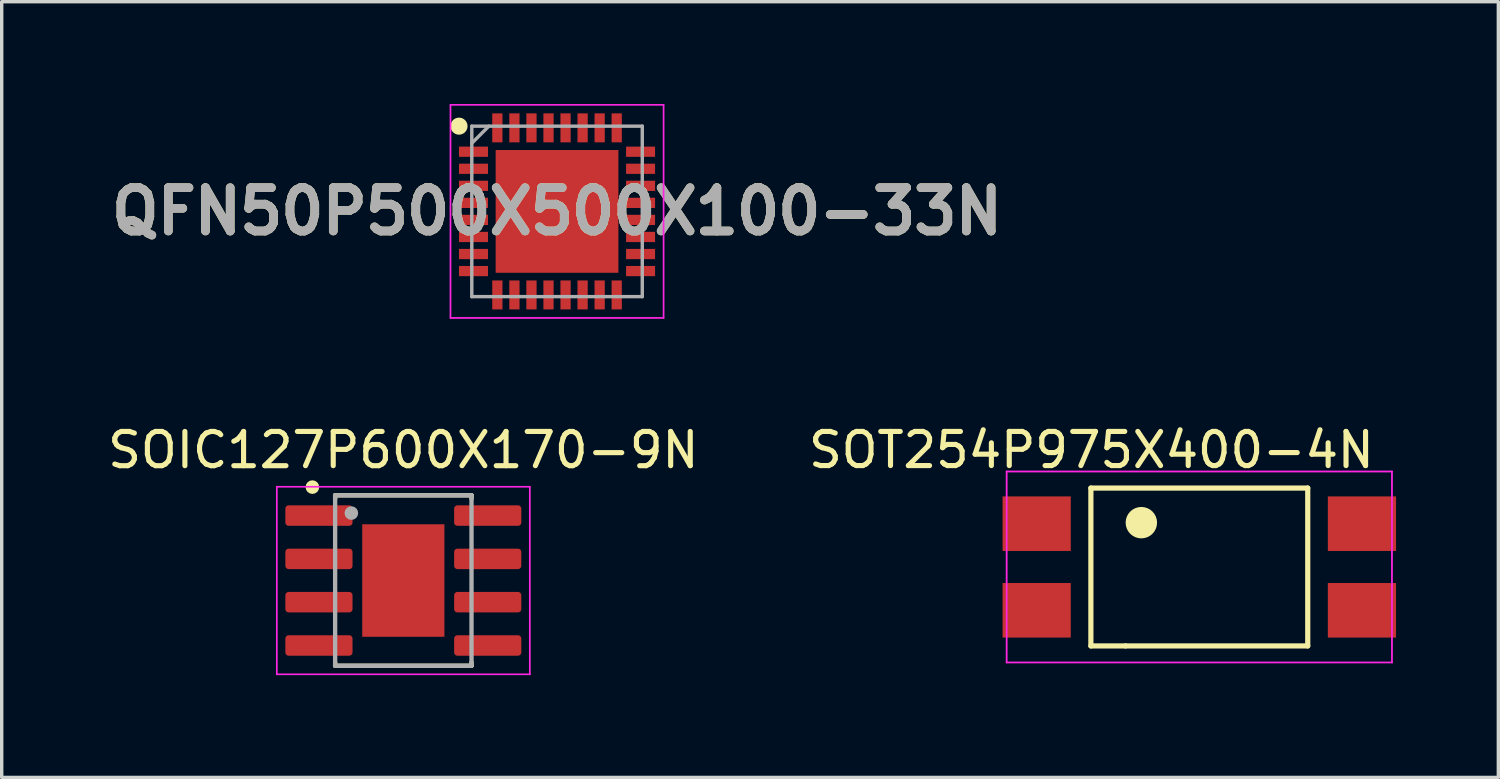
<source format=kicad_pcb>
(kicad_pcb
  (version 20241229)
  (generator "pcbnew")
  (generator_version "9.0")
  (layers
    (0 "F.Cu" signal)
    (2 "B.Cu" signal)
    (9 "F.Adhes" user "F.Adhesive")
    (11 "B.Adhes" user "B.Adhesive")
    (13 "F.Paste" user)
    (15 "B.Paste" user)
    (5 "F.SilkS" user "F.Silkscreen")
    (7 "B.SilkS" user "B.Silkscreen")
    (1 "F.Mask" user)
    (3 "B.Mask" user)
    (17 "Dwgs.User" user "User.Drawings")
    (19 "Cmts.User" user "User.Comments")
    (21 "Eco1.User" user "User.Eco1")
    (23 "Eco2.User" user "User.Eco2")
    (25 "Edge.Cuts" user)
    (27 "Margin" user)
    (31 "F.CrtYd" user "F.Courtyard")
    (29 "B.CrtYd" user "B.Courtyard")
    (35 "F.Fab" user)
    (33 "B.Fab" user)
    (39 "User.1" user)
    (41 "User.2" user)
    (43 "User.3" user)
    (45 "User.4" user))
  (footprint "SOIC127P600X170-9N"
    (layer "F.Cu")
    (at 8.779 13.976)
    (property "Reference" "SOIC127P600X170-9N" (at 0.00002 -3.825 0) (layer "F.SilkS") (effects (font (size 1.004 1.004) (thickness 0.15))))
    (attr through_hole)
    (fp_line (start -2 -2.5) (end -2 -2.4) (stroke (width 0.127) (type solid)) (layer "F.SilkS"))
    (fp_line (start -2 -2.5) (end 2 -2.5) (stroke (width 0.127) (type solid)) (layer "F.SilkS"))
    (fp_line (start -2 2.4) (end -2 2.5) (stroke (width 0.127) (type solid)) (layer "F.SilkS"))
    (fp_line (start -2 2.5) (end 2 2.5) (stroke (width 0.127) (type solid)) (layer "F.SilkS"))
    (fp_line (start 2 -2.5) (end 2 -2.4) (stroke (width 0.127) (type solid)) (layer "F.SilkS"))
    (fp_line (start 2 2.4) (end 2 2.5) (stroke (width 0.127) (type solid)) (layer "F.SilkS"))
    (fp_circle (center -2.667 -2.74) (end -2.567 -2.74) (stroke (width 0.2) (type solid)) (fill no) (layer "F.SilkS"))
    (fp_poly (pts (xy -0.937 0.135) (xy -0.135 0.135) (xy -0.135 1.378) (xy -0.937 1.378)) (stroke (width 0.01) (type solid)) (fill yes) (layer "F.Paste"))
    (fp_poly (pts (xy -0.937 -1.375) (xy -0.135 -1.375) (xy -0.135 -0.135) (xy -0.937 -0.135)) (stroke (width 0.01) (type solid)) (fill yes) (layer "F.Paste"))
    (fp_poly (pts (xy 0.135 0.135) (xy 0.935 0.135) (xy 0.935 1.377) (xy 0.135 1.377)) (stroke (width 0.01) (type solid)) (fill yes) (layer "F.Paste"))
    (fp_poly (pts (xy 0.135 -1.375) (xy 0.935 -1.375) (xy 0.935 -0.135) (xy 0.135 -0.135)) (stroke (width 0.01) (type solid)) (fill yes) (layer "F.Paste"))
    (fp_line (start -3.71 -2.75) (end 3.71 -2.75) (stroke (width 0.05) (type solid)) (layer "F.CrtYd"))
    (fp_line (start -3.71 2.75) (end -3.71 -2.75) (stroke (width 0.05) (type solid)) (layer "F.CrtYd"))
    (fp_line (start 3.71 -2.75) (end 3.71 2.75) (stroke (width 0.05) (type solid)) (layer "F.CrtYd"))
    (fp_line (start 3.71 2.75) (end -3.71 2.75) (stroke (width 0.05) (type solid)) (layer "F.CrtYd"))
    (fp_line (start -2 -2.5) (end 2 -2.5) (stroke (width 0.127) (type solid)) (layer "F.Fab"))
    (fp_line (start -2 2.5) (end -2 -2.5) (stroke (width 0.127) (type solid)) (layer "F.Fab"))
    (fp_line (start 2 -2.5) (end 2 2.5) (stroke (width 0.127) (type solid)) (layer "F.Fab"))
    (fp_line (start 2 2.5) (end -2 2.5) (stroke (width 0.127) (type solid)) (layer "F.Fab"))
    (fp_circle (center -1.524 -1.978) (end -1.424 -1.978) (stroke (width 0.2) (type solid)) (fill no) (layer "F.Fab"))
    (pad "1" smd roundrect (at -2.475 -1.905) (size 1.97 0.6) (layers "F.Cu" "F.Mask" "F.Paste") (roundrect_rratio 0.16))
    (pad "2" smd roundrect (at -2.475 -0.635) (size 1.97 0.6) (layers "F.Cu" "F.Mask" "F.Paste") (roundrect_rratio 0.16))
    (pad "3" smd roundrect (at -2.475 0.635) (size 1.97 0.6) (layers "F.Cu" "F.Mask" "F.Paste") (roundrect_rratio 0.16))
    (pad "4" smd roundrect (at -2.475 1.905) (size 1.97 0.6) (layers "F.Cu" "F.Mask" "F.Paste") (roundrect_rratio 0.16))
    (pad "5" smd roundrect (at 2.475 1.905) (size 1.97 0.6) (layers "F.Cu" "F.Mask" "F.Paste") (roundrect_rratio 0.16))
    (pad "6" smd roundrect (at 2.475 0.635) (size 1.97 0.6) (layers "F.Cu" "F.Mask" "F.Paste") (roundrect_rratio 0.16))
    (pad "7" smd roundrect (at 2.475 -0.635) (size 1.97 0.6) (layers "F.Cu" "F.Mask" "F.Paste") (roundrect_rratio 0.16))
    (pad "8" smd roundrect (at 2.475 -1.905) (size 1.97 0.6) (layers "F.Cu" "F.Mask" "F.Paste") (roundrect_rratio 0.16))
    (pad "9" smd rect (at 0 0) (size 2.41 3.3) (layers "F.Cu" "F.Mask")))
  (footprint "QFN50P500X500X100-33N"
    (layer "F.Cu")
    (at 13.287 3.15)
    (property "Reference" "QFN50P500X500X100-33N" (at 0 0 0) (layer "F.SilkS") (effects (font (size 1.27 1.27) (thickness 0.254))))
    (attr smd)
    (fp_circle (center -2.875 -2.5) (end -2.875 -2.375) (stroke (width 0.25) (type solid)) (fill no) (layer "F.SilkS"))
    (fp_line (start -3.125 -3.125) (end 3.125 -3.125) (stroke (width 0.05) (type solid)) (layer "F.CrtYd"))
    (fp_line (start -3.125 3.125) (end -3.125 -3.125) (stroke (width 0.05) (type solid)) (layer "F.CrtYd"))
    (fp_line (start 3.125 -3.125) (end 3.125 3.125) (stroke (width 0.05) (type solid)) (layer "F.CrtYd"))
    (fp_line (start 3.125 3.125) (end -3.125 3.125) (stroke (width 0.05) (type solid)) (layer "F.CrtYd"))
    (fp_line (start -2.5 -2.5) (end 2.5 -2.5) (stroke (width 0.1) (type solid)) (layer "F.Fab"))
    (fp_line (start -2.5 -2) (end -2 -2.5) (stroke (width 0.1) (type solid)) (layer "F.Fab"))
    (fp_line (start -2.5 2.5) (end -2.5 -2.5) (stroke (width 0.1) (type solid)) (layer "F.Fab"))
    (fp_line (start 2.5 -2.5) (end 2.5 2.5) (stroke (width 0.1) (type solid)) (layer "F.Fab"))
    (fp_line (start 2.5 2.5) (end -2.5 2.5) (stroke (width 0.1) (type solid)) (layer "F.Fab"))
    (fp_text user "${REFERENCE}" (at 0 0 0) (layer "F.Fab") (effects (font (size 1.27 1.27) (thickness 0.254))))
    (pad "1" smd rect (at -2.45 -1.75 90) (size 0.3 0.85) (layers "F.Cu" "F.Mask" "F.Paste"))
    (pad "2" smd rect (at -2.45 -1.25 90) (size 0.3 0.85) (layers "F.Cu" "F.Mask" "F.Paste"))
    (pad "3" smd rect (at -2.45 -0.75 90) (size 0.3 0.85) (layers "F.Cu" "F.Mask" "F.Paste"))
    (pad "4" smd rect (at -2.45 -0.25 90) (size 0.3 0.85) (layers "F.Cu" "F.Mask" "F.Paste"))
    (pad "5" smd rect (at -2.45 0.25 90) (size 0.3 0.85) (layers "F.Cu" "F.Mask" "F.Paste"))
    (pad "6" smd rect (at -2.45 0.75 90) (size 0.3 0.85) (layers "F.Cu" "F.Mask" "F.Paste"))
    (pad "7" smd rect (at -2.45 1.25 90) (size 0.3 0.85) (layers "F.Cu" "F.Mask" "F.Paste"))
    (pad "8" smd rect (at -2.45 1.75 90) (size 0.3 0.85) (layers "F.Cu" "F.Mask" "F.Paste"))
    (pad "9" smd rect (at -1.75 2.45) (size 0.3 0.85) (layers "F.Cu" "F.Mask" "F.Paste"))
    (pad "10" smd rect (at -1.25 2.45) (size 0.3 0.85) (layers "F.Cu" "F.Mask" "F.Paste"))
    (pad "11" smd rect (at -0.75 2.45) (size 0.3 0.85) (layers "F.Cu" "F.Mask" "F.Paste"))
    (pad "12" smd rect (at -0.25 2.45) (size 0.3 0.85) (layers "F.Cu" "F.Mask" "F.Paste"))
    (pad "13" smd rect (at 0.25 2.45) (size 0.3 0.85) (layers "F.Cu" "F.Mask" "F.Paste"))
    (pad "14" smd rect (at 0.75 2.45) (size 0.3 0.85) (layers "F.Cu" "F.Mask" "F.Paste"))
    (pad "15" smd rect (at 1.25 2.45) (size 0.3 0.85) (layers "F.Cu" "F.Mask" "F.Paste"))
    (pad "16" smd rect (at 1.75 2.45) (size 0.3 0.85) (layers "F.Cu" "F.Mask" "F.Paste"))
    (pad "17" smd rect (at 2.45 1.75 90) (size 0.3 0.85) (layers "F.Cu" "F.Mask" "F.Paste"))
    (pad "18" smd rect (at 2.45 1.25 90) (size 0.3 0.85) (layers "F.Cu" "F.Mask" "F.Paste"))
    (pad "19" smd rect (at 2.45 0.75 90) (size 0.3 0.85) (layers "F.Cu" "F.Mask" "F.Paste"))
    (pad "20" smd rect (at 2.45 0.25 90) (size 0.3 0.85) (layers "F.Cu" "F.Mask" "F.Paste"))
    (pad "21" smd rect (at 2.45 -0.25 90) (size 0.3 0.85) (layers "F.Cu" "F.Mask" "F.Paste"))
    (pad "22" smd rect (at 2.45 -0.75 90) (size 0.3 0.85) (layers "F.Cu" "F.Mask" "F.Paste"))
    (pad "23" smd rect (at 2.45 -1.25 90) (size 0.3 0.85) (layers "F.Cu" "F.Mask" "F.Paste"))
    (pad "24" smd rect (at 2.45 -1.75 90) (size 0.3 0.85) (layers "F.Cu" "F.Mask" "F.Paste"))
    (pad "25" smd rect (at 1.75 -2.45) (size 0.3 0.85) (layers "F.Cu" "F.Mask" "F.Paste"))
    (pad "26" smd rect (at 1.25 -2.45) (size 0.3 0.85) (layers "F.Cu" "F.Mask" "F.Paste"))
    (pad "27" smd rect (at 0.75 -2.45) (size 0.3 0.85) (layers "F.Cu" "F.Mask" "F.Paste"))
    (pad "28" smd rect (at 0.25 -2.45) (size 0.3 0.85) (layers "F.Cu" "F.Mask" "F.Paste"))
    (pad "29" smd rect (at -0.25 -2.45) (size 0.3 0.85) (layers "F.Cu" "F.Mask" "F.Paste"))
    (pad "30" smd rect (at -0.75 -2.45) (size 0.3 0.85) (layers "F.Cu" "F.Mask" "F.Paste"))
    (pad "31" smd rect (at -1.25 -2.45) (size 0.3 0.85) (layers "F.Cu" "F.Mask" "F.Paste"))
    (pad "32" smd rect (at -1.75 -2.45) (size 0.3 0.85) (layers "F.Cu" "F.Mask" "F.Paste"))
    (pad "33" smd rect (at 0 0) (size 3.6 3.6) (layers "F.Cu" "F.Mask" "F.Paste")))
  (footprint "SOT254P975X400-4N"
    (layer "F.Cu")
    (at 32.124 13.579)
    (property "Reference" "SOT254P975X400-4N" (at -3.164 -3.43 0) (layer "F.SilkS") (effects (font (size 1.002 1.002) (thickness 0.15))))
    (attr through_hole)
    (fp_line (start -3.18 -2.315) (end 3.18 -2.315) (stroke (width 0.152) (type solid)) (layer "F.SilkS"))
    (fp_line (start -3.18 2.315) (end -3.18 -2.315) (stroke (width 0.152) (type solid)) (layer "F.SilkS"))
    (fp_line (start -2.164 2.315) (end -3.18 2.315) (stroke (width 0.152) (type solid)) (layer "F.SilkS"))
    (fp_line (start 3.18 -2.315) (end 3.18 2.315) (stroke (width 0.152) (type solid)) (layer "F.SilkS"))
    (fp_line (start 3.18 2.315) (end -2.164 2.315) (stroke (width 0.152) (type solid)) (layer "F.SilkS"))
    (fp_circle (center -1.7 -1.3) (end -1.339 -1.3) (stroke (width 0.2) (type solid)) (fill no) (layer "F.SilkS"))
    (fp_poly (pts (xy -2.001 -1.6) (xy -1.4 -1.6) (xy -1.4 -1.001) (xy -2.001 -1.001)) (stroke (width 0.01) (type solid)) (fill yes) (layer "F.SilkS"))
    (fp_line (start -5.65 -2.8) (end 5.65 -2.8) (stroke (width 0.052) (type solid)) (layer "F.CrtYd"))
    (fp_line (start -5.65 2.8) (end -5.65 -2.8) (stroke (width 0.052) (type solid)) (layer "F.CrtYd"))
    (fp_line (start 5.65 -2.8) (end 5.65 2.8) (stroke (width 0.052) (type solid)) (layer "F.CrtYd"))
    (fp_line (start 5.65 2.8) (end -5.65 2.8) (stroke (width 0.052) (type solid)) (layer "F.CrtYd"))
    (pad "1" smd rect (at -4.77 -1.27 270) (size 1.6 2) (layers "F.Cu" "F.Mask" "F.Paste"))
    (pad "2" smd rect (at -4.77 1.27 270) (size 1.6 2) (layers "F.Cu" "F.Mask" "F.Paste"))
    (pad "3" smd rect (at 4.77 1.27 90) (size 1.6 2) (layers "F.Cu" "F.Mask" "F.Paste"))
    (pad "4" smd rect (at 4.77 -1.27 90) (size 1.6 2) (layers "F.Cu" "F.Mask" "F.Paste")))
  (gr_rect
    (start -3 -3)
    (end 40.894 19.751)
    (stroke (width 0.1) (type default))
    (fill no)
    (layer "Edge.Cuts")))
</source>
